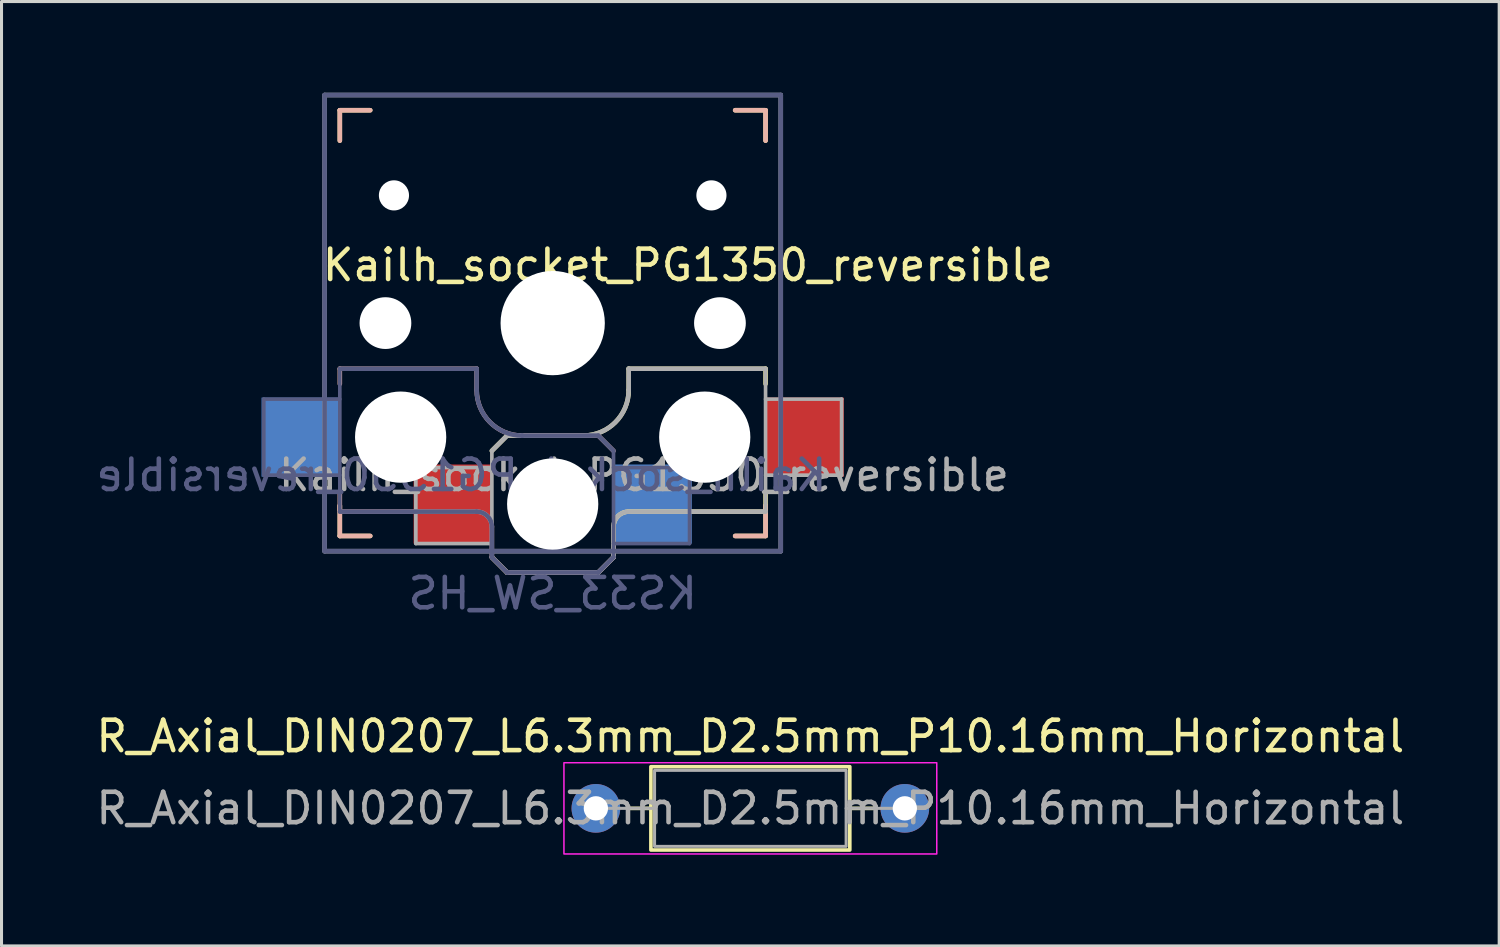
<source format=kicad_pcb>
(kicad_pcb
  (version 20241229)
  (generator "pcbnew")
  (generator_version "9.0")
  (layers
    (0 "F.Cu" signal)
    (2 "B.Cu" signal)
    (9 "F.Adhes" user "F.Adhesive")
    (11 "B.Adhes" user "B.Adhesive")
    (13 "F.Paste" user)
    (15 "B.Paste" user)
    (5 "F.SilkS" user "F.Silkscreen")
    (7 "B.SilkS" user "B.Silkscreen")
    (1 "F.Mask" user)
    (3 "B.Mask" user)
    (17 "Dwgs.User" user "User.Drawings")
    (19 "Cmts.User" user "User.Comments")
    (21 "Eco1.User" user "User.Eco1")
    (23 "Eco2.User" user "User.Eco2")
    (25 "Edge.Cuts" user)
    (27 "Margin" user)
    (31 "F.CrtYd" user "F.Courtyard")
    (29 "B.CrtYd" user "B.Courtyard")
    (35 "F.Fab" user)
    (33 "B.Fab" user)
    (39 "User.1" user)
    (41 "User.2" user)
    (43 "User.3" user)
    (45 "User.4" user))
  (footprint "Kailh_socket_PG1350_reversible"
    (layer "F.Cu")
    (at 15.125 7.575)
    (property "Reference" "Kailh_socket_PG1350_reversible" (at 4.445 -1.905 0) (layer "F.SilkS") (effects (font (size 1 1) (thickness 0.15))))
    (property "Value" "KS33_SW_HS" (at 0 8.89 0) (layer "F.Fab") (hide yes) (effects (font (size 1 1) (thickness 0.15))))
    (attr smd)
    (fp_line (start -7 -7) (end -6 -7) (stroke (width 0.15) (type solid)) (layer "F.SilkS"))
    (fp_line (start -7 -6) (end -7 -7) (stroke (width 0.15) (type solid)) (layer "F.SilkS"))
    (fp_line (start -7 7) (end -7 6) (stroke (width 0.15) (type solid)) (layer "F.SilkS"))
    (fp_line (start -6 7) (end -7 7) (stroke (width 0.15) (type solid)) (layer "F.SilkS"))
    (fp_line (start -2 4.2) (end -1.5 3.7) (stroke (width 0.15) (type solid)) (layer "F.SilkS"))
    (fp_line (start -2 7.7) (end -1.5 8.2) (stroke (width 0.15) (type solid)) (layer "F.SilkS"))
    (fp_line (start -1.5 3.7) (end 1 3.7) (stroke (width 0.15) (type solid)) (layer "F.SilkS"))
    (fp_line (start -1.5 8.2) (end 1.5 8.2) (stroke (width 0.15) (type solid)) (layer "F.SilkS"))
    (fp_line (start 1.5 8.2) (end 2 7.7) (stroke (width 0.15) (type solid)) (layer "F.SilkS"))
    (fp_line (start 2 6.7) (end 2 7.7) (stroke (width 0.15) (type solid)) (layer "F.SilkS"))
    (fp_line (start 2.5 1.5) (end 7 1.5) (stroke (width 0.15) (type solid)) (layer "F.SilkS"))
    (fp_line (start 2.5 2.2) (end 2.5 1.5) (stroke (width 0.15) (type solid)) (layer "F.SilkS"))
    (fp_line (start 6 -7) (end 7 -7) (stroke (width 0.15) (type solid)) (layer "F.SilkS"))
    (fp_line (start 7 -7) (end 7 -6) (stroke (width 0.15) (type solid)) (layer "F.SilkS"))
    (fp_line (start 7 1.5) (end 7 2) (stroke (width 0.15) (type solid)) (layer "F.SilkS"))
    (fp_line (start 7 5.6) (end 7 6.2) (stroke (width 0.15) (type solid)) (layer "F.SilkS"))
    (fp_line (start 7 6) (end 7 7) (stroke (width 0.15) (type solid)) (layer "F.SilkS"))
    (fp_line (start 7 6.2) (end 2.5 6.2) (stroke (width 0.15) (type solid)) (layer "F.SilkS"))
    (fp_line (start 7 7) (end 6 7) (stroke (width 0.15) (type solid)) (layer "F.SilkS"))
    (fp_arc (start 2 6.7) (mid 2.146447 6.346447) (end 2.5 6.2) (stroke (width 0.15) (type solid)) (layer "F.SilkS"))
    (fp_arc (start 2.5 2.2) (mid 2.06066 3.26066) (end 1 3.7) (stroke (width 0.15) (type solid)) (layer "F.SilkS"))
    (fp_line (start -7 -7) (end -6 -7) (stroke (width 0.15) (type solid)) (layer "B.SilkS"))
    (fp_line (start -7 -6) (end -7 -7) (stroke (width 0.15) (type solid)) (layer "B.SilkS"))
    (fp_line (start -7 1.5) (end -7 2) (stroke (width 0.15) (type solid)) (layer "B.SilkS"))
    (fp_line (start -7 5.6) (end -7 6.2) (stroke (width 0.15) (type solid)) (layer "B.SilkS"))
    (fp_line (start -7 6.2) (end -2.5 6.2) (stroke (width 0.15) (type solid)) (layer "B.SilkS"))
    (fp_line (start -7 7) (end -7 6) (stroke (width 0.15) (type solid)) (layer "B.SilkS"))
    (fp_line (start -6 7) (end -7 7) (stroke (width 0.15) (type solid)) (layer "B.SilkS"))
    (fp_line (start -2.5 1.5) (end -7 1.5) (stroke (width 0.15) (type solid)) (layer "B.SilkS"))
    (fp_line (start -2.5 2.2) (end -2.5 1.5) (stroke (width 0.15) (type solid)) (layer "B.SilkS"))
    (fp_line (start -2 6.7) (end -2 7.7) (stroke (width 0.15) (type solid)) (layer "B.SilkS"))
    (fp_line (start -1.5 8.2) (end -2 7.7) (stroke (width 0.15) (type solid)) (layer "B.SilkS"))
    (fp_line (start 1.5 3.7) (end -1 3.7) (stroke (width 0.15) (type solid)) (layer "B.SilkS"))
    (fp_line (start 1.5 8.2) (end -1.5 8.2) (stroke (width 0.15) (type solid)) (layer "B.SilkS"))
    (fp_line (start 2 4.2) (end 1.5 3.7) (stroke (width 0.15) (type solid)) (layer "B.SilkS"))
    (fp_line (start 2 7.7) (end 1.5 8.2) (stroke (width 0.15) (type solid)) (layer "B.SilkS"))
    (fp_line (start 6 -7) (end 7 -7) (stroke (width 0.15) (type solid)) (layer "B.SilkS"))
    (fp_line (start 7 -7) (end 7 -6) (stroke (width 0.15) (type solid)) (layer "B.SilkS"))
    (fp_line (start 7 6) (end 7 7) (stroke (width 0.15) (type solid)) (layer "B.SilkS"))
    (fp_line (start 7 7) (end 6 7) (stroke (width 0.15) (type solid)) (layer "B.SilkS"))
    (fp_arc (start -2.5 6.2) (mid -2.146447 6.346447) (end -2 6.7) (stroke (width 0.15) (type solid)) (layer "B.SilkS"))
    (fp_arc (start -1 3.7) (mid -2.06066 3.26066) (end -2.5 2.2) (stroke (width 0.15) (type solid)) (layer "B.SilkS"))
    (fp_line (start -6.9 6.9) (end -6.9 -6.9) (stroke (width 0.15) (type solid)) (layer "Eco2.User"))
    (fp_line (start -6.9 6.9) (end 6.9 6.9) (stroke (width 0.15) (type solid)) (layer "Eco2.User"))
    (fp_line (start -2.6 -3.1) (end -2.6 -6.3) (stroke (width 0.15) (type solid)) (layer "Eco2.User"))
    (fp_line (start -2.6 -3.1) (end 2.6 -3.1) (stroke (width 0.15) (type solid)) (layer "Eco2.User"))
    (fp_line (start 2.6 -6.3) (end -2.6 -6.3) (stroke (width 0.15) (type solid)) (layer "Eco2.User"))
    (fp_line (start 2.6 -3.1) (end 2.6 -6.3) (stroke (width 0.15) (type solid)) (layer "Eco2.User"))
    (fp_line (start 6.9 -6.9) (end -6.9 -6.9) (stroke (width 0.15) (type solid)) (layer "Eco2.User"))
    (fp_line (start 6.9 -6.9) (end 6.9 6.9) (stroke (width 0.15) (type solid)) (layer "Eco2.User"))
    (fp_line (start -9.5 2.5) (end -7 2.5) (stroke (width 0.12) (type solid)) (layer "B.Fab"))
    (fp_line (start -9.5 5) (end -9.5 2.5) (stroke (width 0.12) (type solid)) (layer "B.Fab"))
    (fp_line (start -7.5 -7.5) (end 7.5 -7.5) (stroke (width 0.15) (type solid)) (layer "B.Fab"))
    (fp_line (start -7.5 7.5) (end -7.5 -7.5) (stroke (width 0.15) (type solid)) (layer "B.Fab"))
    (fp_line (start -7 1.5) (end -7 6.2) (stroke (width 0.12) (type solid)) (layer "B.Fab"))
    (fp_line (start -7 5) (end -9.5 5) (stroke (width 0.12) (type solid)) (layer "B.Fab"))
    (fp_line (start -7 6.2) (end -2.5 6.2) (stroke (width 0.15) (type solid)) (layer "B.Fab"))
    (fp_line (start -2.5 1.5) (end -7 1.5) (stroke (width 0.15) (type solid)) (layer "B.Fab"))
    (fp_line (start -2.5 2.2) (end -2.5 1.5) (stroke (width 0.15) (type solid)) (layer "B.Fab"))
    (fp_line (start -2 6.7) (end -2 7.7) (stroke (width 0.15) (type solid)) (layer "B.Fab"))
    (fp_line (start -1.5 8.2) (end -2 7.7) (stroke (width 0.15) (type solid)) (layer "B.Fab"))
    (fp_line (start 1.5 3.7) (end -1 3.7) (stroke (width 0.15) (type solid)) (layer "B.Fab"))
    (fp_line (start 1.5 8.2) (end -1.5 8.2) (stroke (width 0.15) (type solid)) (layer "B.Fab"))
    (fp_line (start 2 4.2) (end 1.5 3.7) (stroke (width 0.15) (type solid)) (layer "B.Fab"))
    (fp_line (start 2 4.25) (end 2 7.7) (stroke (width 0.12) (type solid)) (layer "B.Fab"))
    (fp_line (start 2 4.75) (end 4.5 4.75) (stroke (width 0.12) (type solid)) (layer "B.Fab"))
    (fp_line (start 2 7.7) (end 1.5 8.2) (stroke (width 0.15) (type solid)) (layer "B.Fab"))
    (fp_line (start 4.5 4.75) (end 4.5 7.25) (stroke (width 0.12) (type solid)) (layer "B.Fab"))
    (fp_line (start 4.5 7.25) (end 2 7.25) (stroke (width 0.12) (type solid)) (layer "B.Fab"))
    (fp_line (start 7.5 -7.5) (end 7.5 7.5) (stroke (width 0.15) (type solid)) (layer "B.Fab"))
    (fp_line (start 7.5 7.5) (end -7.5 7.5) (stroke (width 0.15) (type solid)) (layer "B.Fab"))
    (fp_arc (start -2.5 6.2) (mid -2.146447 6.346447) (end -2 6.7) (stroke (width 0.15) (type solid)) (layer "B.Fab"))
    (fp_arc (start -1 3.7) (mid -2.06066 3.26066) (end -2.5 2.2) (stroke (width 0.15) (type solid)) (layer "B.Fab"))
    (fp_line (start -7.5 -7.5) (end 7.5 -7.5) (stroke (width 0.15) (type solid)) (layer "F.Fab"))
    (fp_line (start -7.5 7.5) (end -7.5 -7.5) (stroke (width 0.15) (type solid)) (layer "F.Fab"))
    (fp_line (start -4.5 4.75) (end -4.5 7.25) (stroke (width 0.12) (type solid)) (layer "F.Fab"))
    (fp_line (start -4.5 7.25) (end -2 7.25) (stroke (width 0.12) (type solid)) (layer "F.Fab"))
    (fp_line (start -2 4.2) (end -1.5 3.7) (stroke (width 0.15) (type solid)) (layer "F.Fab"))
    (fp_line (start -2 4.25) (end -2 7.7) (stroke (width 0.12) (type solid)) (layer "F.Fab"))
    (fp_line (start -2 4.75) (end -4.5 4.75) (stroke (width 0.12) (type solid)) (layer "F.Fab"))
    (fp_line (start -2 7.7) (end -1.5 8.2) (stroke (width 0.15) (type solid)) (layer "F.Fab"))
    (fp_line (start -1.5 3.7) (end 1 3.7) (stroke (width 0.15) (type solid)) (layer "F.Fab"))
    (fp_line (start -1.5 8.2) (end 1.5 8.2) (stroke (width 0.15) (type solid)) (layer "F.Fab"))
    (fp_line (start 1.5 8.2) (end 2 7.7) (stroke (width 0.15) (type solid)) (layer "F.Fab"))
    (fp_line (start 2 6.7) (end 2 7.7) (stroke (width 0.15) (type solid)) (layer "F.Fab"))
    (fp_line (start 2.5 1.5) (end 7 1.5) (stroke (width 0.15) (type solid)) (layer "F.Fab"))
    (fp_line (start 2.5 2.2) (end 2.5 1.5) (stroke (width 0.15) (type solid)) (layer "F.Fab"))
    (fp_line (start 7 1.5) (end 7 6.2) (stroke (width 0.12) (type solid)) (layer "F.Fab"))
    (fp_line (start 7 5) (end 9.5 5) (stroke (width 0.12) (type solid)) (layer "F.Fab"))
    (fp_line (start 7 6.2) (end 2.5 6.2) (stroke (width 0.15) (type solid)) (layer "F.Fab"))
    (fp_line (start 7.5 -7.5) (end 7.5 7.5) (stroke (width 0.15) (type solid)) (layer "F.Fab"))
    (fp_line (start 7.5 7.5) (end -7.5 7.5) (stroke (width 0.15) (type solid)) (layer "F.Fab"))
    (fp_line (start 9.5 2.5) (end 7 2.5) (stroke (width 0.12) (type solid)) (layer "F.Fab"))
    (fp_line (start 9.5 5) (end 9.5 2.5) (stroke (width 0.12) (type solid)) (layer "F.Fab"))
    (fp_arc (start 2 6.7) (mid 2.146447 6.346447) (end 2.5 6.2) (stroke (width 0.15) (type solid)) (layer "F.Fab"))
    (fp_arc (start 2.5 2.2) (mid 2.06066 3.26066) (end 1 3.7) (stroke (width 0.15) (type solid)) (layer "F.Fab"))
    (fp_text user "${VALUE}" (at 0 8.89 0) (layer "B.Fab") (effects (font (size 1 1) (thickness 0.15)) (justify mirror)))
    (fp_text user "${REFERENCE}" (at -3 5 0) (layer "B.Fab") (effects (font (size 1 1) (thickness 0.15)) (justify mirror)))
    (fp_text user "${REFERENCE}" (at 3 5 0) (layer "F.Fab") (effects (font (size 1 1) (thickness 0.15))))
    (pad "" np_thru_hole circle (at -5.5 0) (size 1.702 1.702) (drill 1.702) (layers "*.Cu" "*.Mask"))
    (pad "" np_thru_hole circle (at -5.22 -4.2) (size 0.991 0.991) (drill 0.991) (layers "*.Cu" "*.Mask"))
    (pad "" np_thru_hole circle (at -5 3.75) (size 3 3) (drill 3) (layers "*.Cu" "*.Mask"))
    (pad "" np_thru_hole circle (at 0 0) (size 3.429 3.429) (drill 3.429) (layers "*.Cu" "*.Mask"))
    (pad "" np_thru_hole circle (at 0 5.95) (size 3 3) (drill 3) (layers "*.Cu" "*.Mask"))
    (pad "" np_thru_hole circle (at 5 3.75) (size 3 3) (drill 3) (layers "*.Cu" "*.Mask"))
    (pad "" np_thru_hole circle (at 5.22 -4.2) (size 0.991 0.991) (drill 0.991) (layers "*.Cu" "*.Mask"))
    (pad "" np_thru_hole circle (at 5.5 0) (size 1.702 1.702) (drill 1.702) (layers "*.Cu" "*.Mask"))
    (pad "1" smd rect (at -3.275 5.95) (size 2.6 2.6) (layers "F.Cu" "F.Mask" "F.Paste"))
    (pad "1" smd rect (at 3.275 5.95) (size 2.6 2.6) (layers "B.Cu" "B.Mask" "B.Paste"))
    (pad "2" smd rect (at -8.275 3.75) (size 2.6 2.6) (layers "B.Cu" "B.Mask" "B.Paste"))
    (pad "2" smd rect (at 8.275 3.75) (size 2.6 2.6) (layers "F.Cu" "F.Mask" "F.Paste")))
  (footprint "R_Axial_DIN0207_L6.3mm_D2.5mm_P10.16mm_Horizontal"
    (layer "F.Cu")
    (at 16.545 23.532)
    (property "Reference" "R_Axial_DIN0207_L6.3mm_D2.5mm_P10.16mm_Horizontal" (at 5.08 -2.37 0) (layer "F.SilkS") (effects (font (size 1 1) (thickness 0.15))))
    (attr through_hole)
    (fp_line (start 1.04 0) (end 1.81 0) (stroke (width 0.12) (type solid)) (layer "F.SilkS"))
    (fp_line (start 9.12 0) (end 8.35 0) (stroke (width 0.12) (type solid)) (layer "F.SilkS"))
    (fp_rect (start 1.81 -1.37) (end 8.35 1.37) (stroke (width 0.12) (type solid)) (fill no) (layer "F.SilkS"))
    (fp_rect (start -1.05 -1.5) (end 11.21 1.5) (stroke (width 0.05) (type solid)) (fill no) (layer "F.CrtYd"))
    (fp_line (start 0 0) (end 1.93 0) (stroke (width 0.1) (type solid)) (layer "F.Fab"))
    (fp_line (start 10.16 0) (end 8.23 0) (stroke (width 0.1) (type solid)) (layer "F.Fab"))
    (fp_rect (start 1.93 -1.25) (end 8.23 1.25) (stroke (width 0.1) (type solid)) (fill no) (layer "F.Fab"))
    (fp_text user "${REFERENCE}" (at 5.08 0 0) (layer "F.Fab") (effects (font (size 1 1) (thickness 0.15))))
    (pad "1" thru_hole circle (at 0 0) (size 1.6 1.6) (drill 0.8) (layers "*.Cu" "*.Mask"))
    (pad "2" thru_hole circle (at 10.16 0) (size 1.6 1.6) (drill 0.8) (layers "*.Cu" "*.Mask")))
  (gr_rect
    (start -3 -3)
    (end 46.25 28.056)
    (stroke (width 0.1) (type default))
    (fill no)
    (layer "Edge.Cuts")))
</source>
